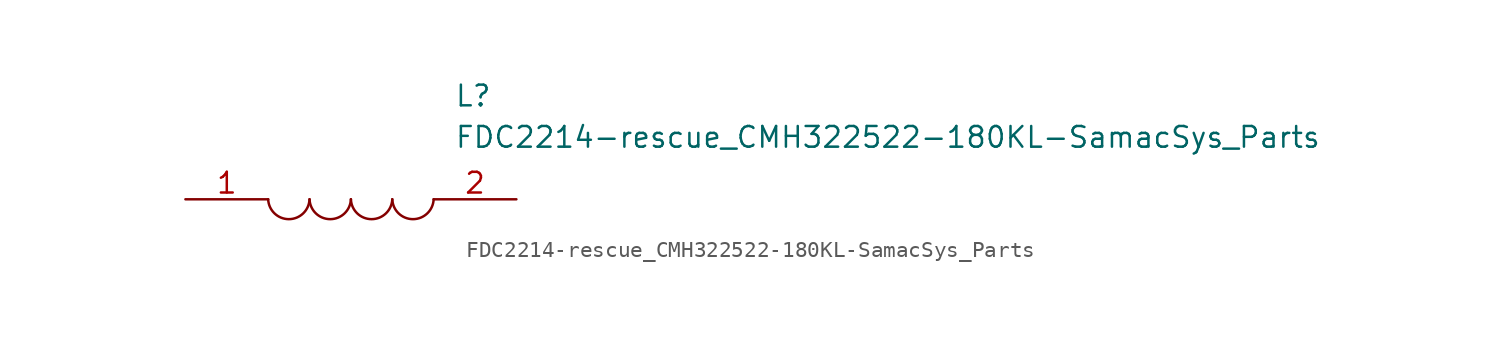
<source format=kicad_sym>
(kicad_symbol_lib
  (version 20211014)
  (generator kicad_symbol_editor)
  (symbol "FDC2214-rescue_CMH322522-180KL-SamacSys_Parts"
    (pin_names
      (offset 0.762))
    (property "Reference" "L"
      (at 16.51 6.35 0)
      (effects (font (size 1.27 1.27)) (justify left)))
    (property "Value" "FDC2214-rescue_CMH322522-180KL-SamacSys_Parts"
      (at 16.51 3.81 0)
      (effects (font (size 1.27 1.27)) (justify left)))
    (symbol "FDC2214-rescue_CMH322522-180KL-SamacSys_Parts_0_0"
      (pin passive line (at 0 0 0) (length 5.08) (name "~" (effects (font (size 1.27 1.27)))) (number "1" (effects (font (size 1.27 1.27)))))
      (pin passive line (at 20.32 0 180) (length 5.08) (name "~" (effects (font (size 1.27 1.27)))) (number "2" (effects (font (size 1.27 1.27))))))
    (symbol "FDC2214-rescue_CMH322522-180KL-SamacSys_Parts_0_1"
      (arc (start 5.08 0) (mid 6.35 -1.3218) (end 7.62 0) (stroke (width 0.1524) (type default) (color 0 0 0 0)) (fill (type none)))
      (arc (start 7.62 0) (mid 8.89 -1.3218) (end 10.16 0) (stroke (width 0.1524) (type default) (color 0 0 0 0)) (fill (type none)))
      (arc (start 10.16 0) (mid 11.43 -1.3218) (end 12.7 0) (stroke (width 0.1524) (type default) (color 0 0 0 0)) (fill (type none)))
      (arc (start 12.7 0) (mid 13.97 -1.3218) (end 15.24 0) (stroke (width 0.1524) (type default) (color 0 0 0 0)) (fill (type none))))))
</source>
